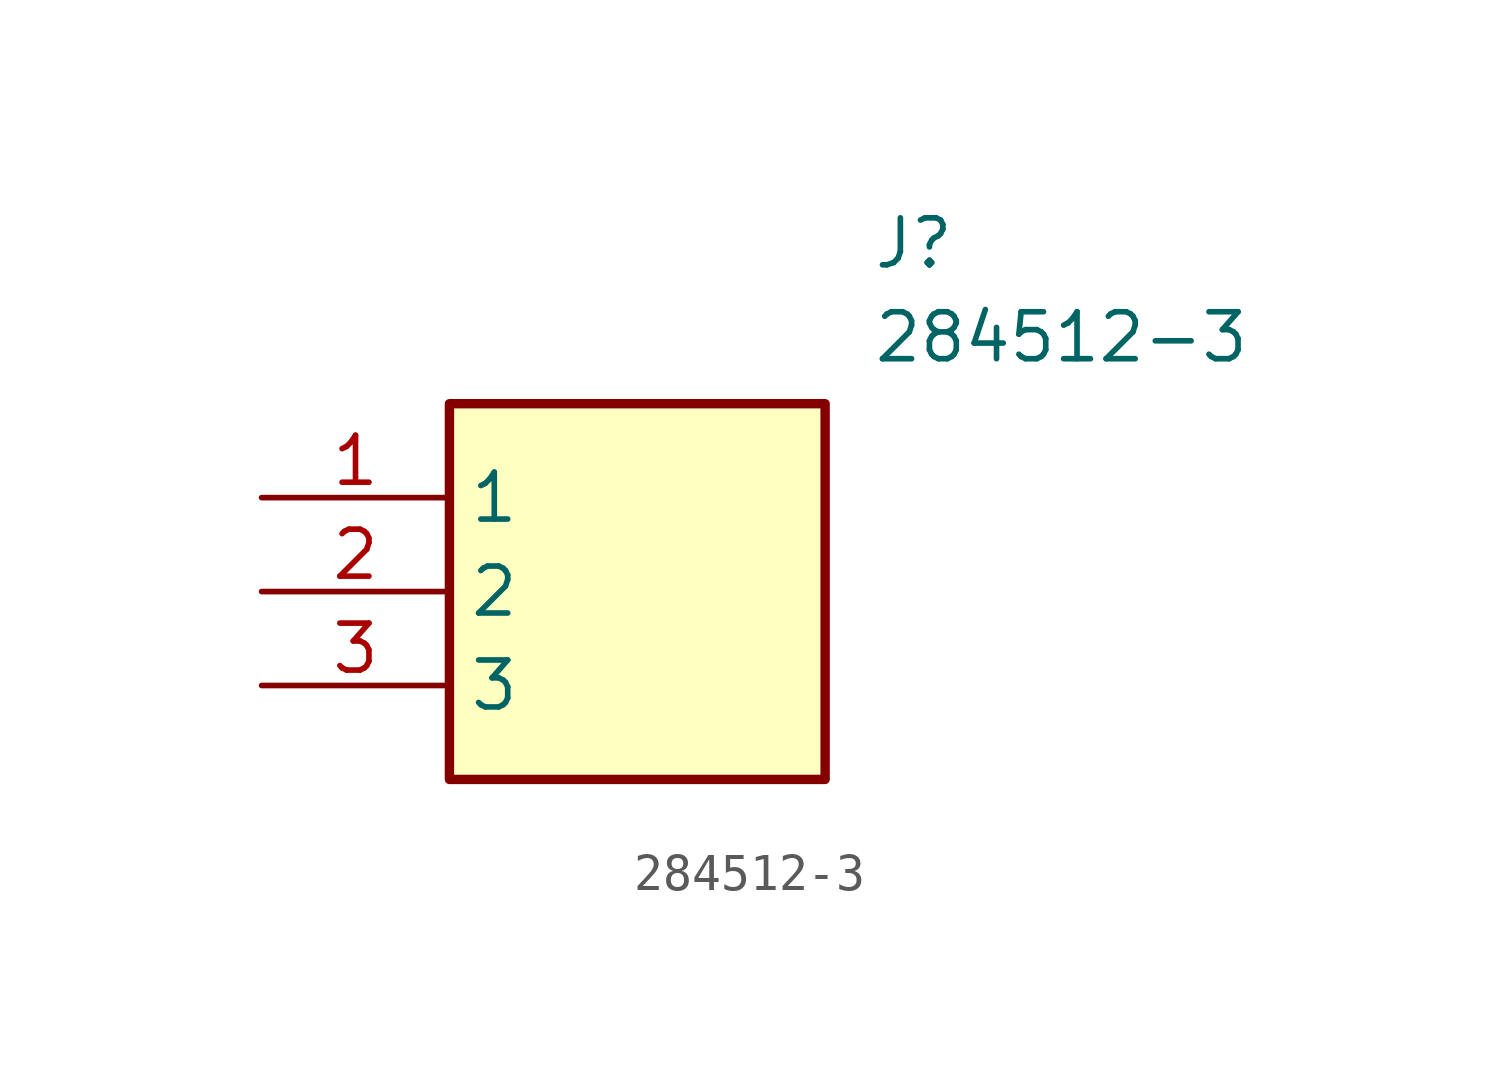
<source format=kicad_sym>
(kicad_symbol_lib
  (version 20211014)
  (generator SamacSys_ECAD_Model)
  (symbol "284512-3"
    (property "Reference" "J"
      (at 16.51 7.62 0)
      (effects (font (size 1.27 1.27)) (justify left top)))
    (property "Value" "284512-3"
      (at 16.51 5.08 0)
      (effects (font (size 1.27 1.27)) (justify left top)))
    (rectangle
      (start 5.08 2.54)
      (end 15.24 -7.62)
      (stroke (width 0.254) (type default))
      (fill (type background)))
    (pin passive line
      (at 0 0 0)
      (length 5.08)
      (name "1" (effects (font (size 1.27 1.27))))
      (number "1" (effects (font (size 1.27 1.27)))))
    (pin passive line
      (at 0 -2.54 0)
      (length 5.08)
      (name "2" (effects (font (size 1.27 1.27))))
      (number "2" (effects (font (size 1.27 1.27)))))
    (pin passive line
      (at 0 -5.08 0)
      (length 5.08)
      (name "3" (effects (font (size 1.27 1.27))))
      (number "3" (effects (font (size 1.27 1.27)))))))
</source>
